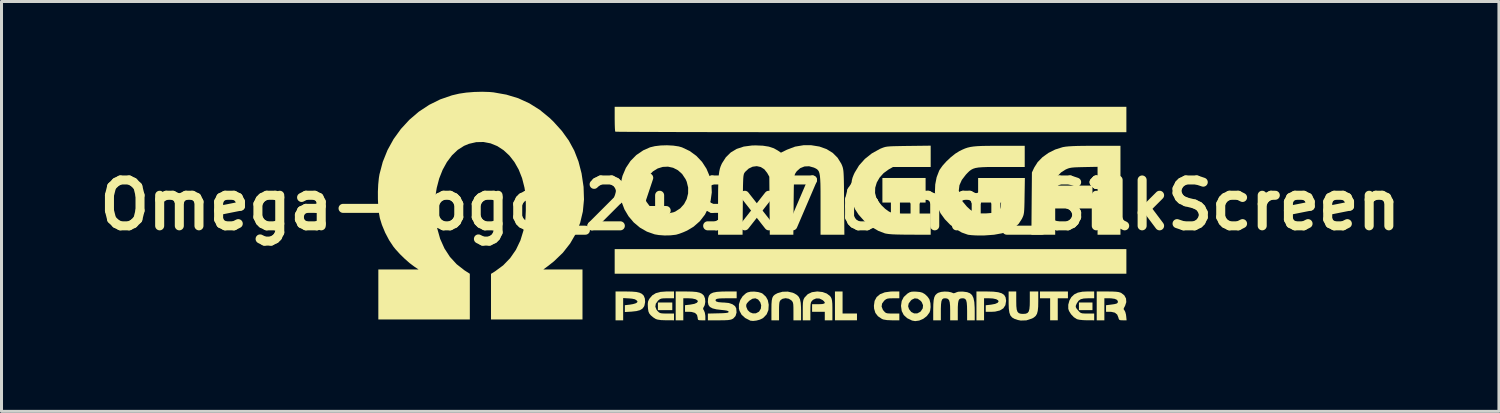
<source format=kicad_pcb>
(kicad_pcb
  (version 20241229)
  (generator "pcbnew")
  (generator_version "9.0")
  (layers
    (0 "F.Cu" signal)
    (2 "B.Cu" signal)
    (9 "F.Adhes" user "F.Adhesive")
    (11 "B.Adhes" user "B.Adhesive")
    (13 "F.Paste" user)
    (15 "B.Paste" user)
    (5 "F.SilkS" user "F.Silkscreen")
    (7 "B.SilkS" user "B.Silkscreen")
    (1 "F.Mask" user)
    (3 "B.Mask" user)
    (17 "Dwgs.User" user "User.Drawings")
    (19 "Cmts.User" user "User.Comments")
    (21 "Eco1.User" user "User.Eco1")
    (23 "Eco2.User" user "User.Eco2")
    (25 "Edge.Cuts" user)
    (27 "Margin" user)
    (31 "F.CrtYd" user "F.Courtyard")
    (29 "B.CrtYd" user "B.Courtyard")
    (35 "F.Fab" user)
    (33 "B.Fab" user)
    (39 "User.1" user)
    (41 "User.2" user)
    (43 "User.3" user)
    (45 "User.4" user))
  (footprint "Omega-Logo_24.9x7.6mm_SilkScreen"
    (layer "F.Cu")
    (at 21.888 3.767)
    (property "Reference" "Omega-Logo_24.9x7.6mm_SilkScreen" (at 0 0 0) (layer "F.SilkS") (effects (font (size 1.524 1.524) (thickness 0.3))))
    (attr board_only exclude_from_pos_files exclude_from_bom)
    (fp_poly (pts (xy -2.591 3.492) (xy -3.069 3.492) (xy -3.069 3.238) (xy -2.591 3.238)) (stroke (width 0) (type solid)) (fill yes) (layer "F.SilkS"))
    (fp_poly (pts (xy 5.829 -0.084) (xy 4.393 -0.084) (xy 4.393 -0.901) (xy 5.829 -0.901)) (stroke (width 0) (type solid)) (fill yes) (layer "F.SilkS"))
    (fp_poly (pts (xy 11.376 3.492) (xy 10.926 3.492) (xy 10.926 3.238) (xy 11.376 3.238)) (stroke (width 0) (type solid)) (fill yes) (layer "F.SilkS"))
    (fp_poly (pts (xy 12.503 2.281) (xy -4.506 2.281) (xy -4.506 1.464) (xy 12.503 1.464)) (stroke (width 0) (type solid)) (fill yes) (layer "F.SilkS"))
    (fp_poly (pts (xy 3.069 3.604) (xy 3.548 3.604) (xy 3.548 3.83) (xy 2.816 3.83) (xy 2.816 2.872) (xy 3.069 2.872)) (stroke (width 0) (type solid)) (fill yes) (layer "F.SilkS"))
    (fp_poly (pts (xy 10.56 3.098) (xy 10.222 3.098) (xy 10.222 3.83) (xy 9.969 3.83) (xy 9.969 3.098) (xy 9.631 3.098) (xy 9.631 2.872) (xy 10.56 2.872)) (stroke (width 0) (type solid)) (fill yes) (layer "F.SilkS"))
    (fp_poly (pts (xy 8.084 2.878) (xy 8.246 2.898) (xy 8.363 2.934) (xy 8.442 2.989) (xy 8.487 3.066) (xy 8.504 3.168) (xy 8.504 3.191) (xy 8.481 3.328) (xy 8.413 3.432) (xy 8.298 3.503) (xy 8.139 3.541) (xy 8.011 3.548) (xy 7.828 3.548) (xy 7.828 3.33) (xy 8.004 3.31) (xy 8.139 3.285) (xy 8.223 3.248) (xy 8.255 3.206) (xy 8.239 3.165) (xy 8.176 3.129) (xy 8.067 3.105) (xy 7.94 3.098) (xy 7.772 3.098) (xy 7.772 3.83) (xy 7.519 3.83) (xy 7.519 2.872) (xy 7.872 2.872)) (stroke (width 0) (type solid)) (fill yes) (layer "F.SilkS"))
    (fp_poly (pts (xy 12.503 -2.422) (xy 4.017 -2.422) (xy 3.33 -2.422) (xy 2.656 -2.422) (xy 2 -2.422) (xy 1.362 -2.423) (xy 0.746 -2.423) (xy 0.153 -2.424) (xy -0.415 -2.425) (xy -0.955 -2.425) (xy -1.465 -2.426) (xy -1.943 -2.427) (xy -2.387 -2.428) (xy -2.795 -2.429) (xy -3.164 -2.431) (xy -3.492 -2.432) (xy -3.778 -2.433) (xy -4.018 -2.434) (xy -4.211 -2.436) (xy -4.355 -2.437) (xy -4.447 -2.439) (xy -4.486 -2.44) (xy -4.487 -2.441) (xy -4.493 -2.474) (xy -4.499 -2.553) (xy -4.503 -2.668) (xy -4.505 -2.806) (xy -4.506 -2.863) (xy -4.506 -3.267) (xy 12.503 -3.267)) (stroke (width 0) (type solid)) (fill yes) (layer "F.SilkS"))
    (fp_poly (pts (xy -3.933 2.876) (xy -3.788 2.888) (xy -3.682 2.912) (xy -3.606 2.948) (xy -3.55 3) (xy -3.538 3.016) (xy -3.502 3.108) (xy -3.494 3.223) (xy -3.516 3.337) (xy -3.532 3.375) (xy -3.585 3.444) (xy -3.667 3.493) (xy -3.786 3.524) (xy -3.949 3.542) (xy -4.168 3.555) (xy -4.168 3.328) (xy -4.001 3.309) (xy -3.901 3.292) (xy -3.819 3.269) (xy -3.782 3.252) (xy -3.748 3.22) (xy -3.755 3.191) (xy -3.781 3.164) (xy -3.835 3.131) (xy -3.927 3.111) (xy -4.027 3.102) (xy -4.224 3.091) (xy -4.224 3.83) (xy -4.477 3.83) (xy -4.477 2.872) (xy -4.124 2.872)) (stroke (width 0) (type solid)) (fill yes) (layer "F.SilkS"))
    (fp_poly (pts (xy 4.956 3.098) (xy 4.748 3.098) (xy 4.637 3.1) (xy 4.565 3.109) (xy 4.513 3.13) (xy 4.464 3.168) (xy 4.452 3.179) (xy 4.382 3.274) (xy 4.367 3.374) (xy 4.408 3.479) (xy 4.438 3.518) (xy 4.477 3.561) (xy 4.516 3.587) (xy 4.57 3.6) (xy 4.655 3.604) (xy 4.733 3.604) (xy 4.956 3.604) (xy 4.956 3.83) (xy 4.71 3.83) (xy 4.545 3.823) (xy 4.429 3.804) (xy 4.379 3.785) (xy 4.244 3.694) (xy 4.159 3.583) (xy 4.117 3.443) (xy 4.111 3.345) (xy 4.134 3.184) (xy 4.203 3.056) (xy 4.317 2.961) (xy 4.473 2.9) (xy 4.672 2.873) (xy 4.726 2.872) (xy 4.956 2.872)) (stroke (width 0) (type solid)) (fill yes) (layer "F.SilkS"))
    (fp_poly (pts (xy 8.842 3.192) (xy 8.845 3.356) (xy 8.858 3.473) (xy 8.885 3.549) (xy 8.929 3.593) (xy 8.996 3.613) (xy 9.067 3.617) (xy 9.155 3.611) (xy 9.216 3.587) (xy 9.257 3.537) (xy 9.28 3.453) (xy 9.291 3.327) (xy 9.293 3.192) (xy 9.293 2.872) (xy 9.574 2.872) (xy 9.574 3.199) (xy 9.571 3.381) (xy 9.557 3.517) (xy 9.531 3.615) (xy 9.487 3.686) (xy 9.424 3.739) (xy 9.368 3.77) (xy 9.178 3.832) (xy 8.99 3.838) (xy 8.893 3.819) (xy 8.784 3.782) (xy 8.704 3.735) (xy 8.648 3.669) (xy 8.614 3.575) (xy 8.595 3.444) (xy 8.589 3.269) (xy 8.589 3.212) (xy 8.589 2.872) (xy 8.842 2.872)) (stroke (width 0) (type solid)) (fill yes) (layer "F.SilkS"))
    (fp_poly (pts (xy 11.433 3.098) (xy 11.228 3.098) (xy 11.086 3.105) (xy 10.985 3.13) (xy 10.914 3.18) (xy 10.859 3.261) (xy 10.855 3.267) (xy 10.824 3.337) (xy 10.82 3.388) (xy 10.848 3.441) (xy 10.901 3.505) (xy 10.947 3.555) (xy 10.988 3.584) (xy 11.039 3.599) (xy 11.118 3.604) (xy 11.21 3.604) (xy 11.433 3.604) (xy 11.433 3.83) (xy 11.186 3.829) (xy 11.058 3.824) (xy 10.944 3.812) (xy 10.865 3.794) (xy 10.855 3.79) (xy 10.756 3.726) (xy 10.664 3.629) (xy 10.596 3.52) (xy 10.572 3.447) (xy 10.571 3.312) (xy 10.61 3.171) (xy 10.675 3.058) (xy 10.769 2.969) (xy 10.888 2.91) (xy 11.042 2.879) (xy 11.192 2.872) (xy 11.433 2.872)) (stroke (width 0) (type solid)) (fill yes) (layer "F.SilkS"))
    (fp_poly (pts (xy 1.412 2.913) (xy 1.465 2.936) (xy 1.552 2.988) (xy 1.614 3.051) (xy 1.654 3.133) (xy 1.678 3.246) (xy 1.688 3.399) (xy 1.69 3.513) (xy 1.69 3.83) (xy 1.436 3.83) (xy 1.436 3.533) (xy 1.435 3.399) (xy 1.431 3.308) (xy 1.421 3.249) (xy 1.403 3.209) (xy 1.374 3.174) (xy 1.367 3.167) (xy 1.28 3.113) (xy 1.175 3.095) (xy 1.075 3.114) (xy 1.014 3.154) (xy 0.989 3.185) (xy 0.972 3.227) (xy 0.963 3.291) (xy 0.958 3.389) (xy 0.957 3.52) (xy 0.957 3.83) (xy 0.704 3.83) (xy 0.704 3.47) (xy 0.706 3.299) (xy 0.715 3.174) (xy 0.734 3.085) (xy 0.767 3.022) (xy 0.818 2.976) (xy 0.891 2.936) (xy 0.912 2.926) (xy 1.072 2.881) (xy 1.247 2.876)) (stroke (width 0) (type solid)) (fill yes) (layer "F.SilkS"))
    (fp_poly (pts (xy 12.306 0.986) (xy 11.545 0.986) (xy 11.545 -1.272) (xy 11.088 -1.263) (xy 10.916 -1.259) (xy 10.788 -1.254) (xy 10.695 -1.246) (xy 10.624 -1.234) (xy 10.565 -1.217) (xy 10.506 -1.192) (xy 10.466 -1.172) (xy 10.33 -1.084) (xy 10.224 -0.972) (xy 10.157 -0.848) (xy 10.137 -0.741) (xy 10.137 -0.648) (xy 11.376 -0.648) (xy 11.376 0.113) (xy 10.137 0.113) (xy 10.137 0.986) (xy 9.346 0.986) (xy 9.354 -0.049) (xy 9.363 -1.084) (xy 9.439 -1.246) (xy 9.553 -1.427) (xy 9.713 -1.591) (xy 9.91 -1.733) (xy 10.135 -1.846) (xy 10.378 -1.923) (xy 10.405 -1.929) (xy 10.484 -1.942) (xy 10.587 -1.952) (xy 10.719 -1.96) (xy 10.886 -1.966) (xy 11.095 -1.969) (xy 11.352 -1.971) (xy 11.454 -1.971) (xy 12.306 -1.971)) (stroke (width 0) (type solid)) (fill yes) (layer "F.SilkS"))
    (fp_poly (pts (xy -2.534 3.098) (xy -2.757 3.098) (xy -2.871 3.099) (xy -2.946 3.107) (xy -2.998 3.125) (xy -3.044 3.159) (xy -3.066 3.179) (xy -3.138 3.276) (xy -3.154 3.378) (xy -3.115 3.48) (xy -3.078 3.525) (xy -3.037 3.564) (xy -2.995 3.588) (xy -2.937 3.6) (xy -2.847 3.604) (xy -2.768 3.604) (xy -2.534 3.604) (xy -2.534 3.83) (xy -2.795 3.829) (xy -2.968 3.823) (xy -3.09 3.804) (xy -3.143 3.785) (xy -3.223 3.734) (xy -3.302 3.667) (xy -3.311 3.658) (xy -3.357 3.601) (xy -3.384 3.537) (xy -3.398 3.447) (xy -3.402 3.392) (xy -3.406 3.285) (xy -3.397 3.21) (xy -3.371 3.147) (xy -3.342 3.1) (xy -3.252 2.997) (xy -3.135 2.926) (xy -2.985 2.886) (xy -2.792 2.872) (xy -2.779 2.872) (xy -2.534 2.872)) (stroke (width 0) (type solid)) (fill yes) (layer "F.SilkS"))
    (fp_poly (pts (xy -1.934 2.876) (xy -1.789 2.888) (xy -1.683 2.912) (xy -1.606 2.948) (xy -1.551 3) (xy -1.538 3.016) (xy -1.503 3.106) (xy -1.494 3.217) (xy -1.512 3.323) (xy -1.537 3.374) (xy -1.566 3.426) (xy -1.56 3.469) (xy -1.537 3.506) (xy -1.509 3.577) (xy -1.494 3.671) (xy -1.492 3.702) (xy -1.492 3.83) (xy -1.619 3.83) (xy -1.697 3.827) (xy -1.734 3.813) (xy -1.745 3.778) (xy -1.746 3.751) (xy -1.769 3.651) (xy -1.837 3.584) (xy -1.949 3.552) (xy -2.015 3.548) (xy -2.168 3.548) (xy -2.168 3.328) (xy -1.992 3.308) (xy -1.857 3.283) (xy -1.774 3.247) (xy -1.741 3.205) (xy -1.758 3.164) (xy -1.821 3.129) (xy -1.93 3.105) (xy -2.057 3.098) (xy -2.225 3.098) (xy -2.225 3.83) (xy -2.478 3.83) (xy -2.478 2.872) (xy -2.125 2.872)) (stroke (width 0) (type solid)) (fill yes) (layer "F.SilkS"))
    (fp_poly (pts (xy 2.403 2.89) (xy 2.544 2.941) (xy 2.649 3.021) (xy 2.683 3.066) (xy 2.705 3.115) (xy 2.719 3.181) (xy 2.728 3.275) (xy 2.731 3.409) (xy 2.731 3.489) (xy 2.731 3.83) (xy 2.478 3.83) (xy 2.478 3.548) (xy 2.056 3.548) (xy 2.056 3.295) (xy 2.267 3.295) (xy 2.391 3.29) (xy 2.461 3.273) (xy 2.481 3.243) (xy 2.451 3.197) (xy 2.404 3.156) (xy 2.301 3.106) (xy 2.191 3.103) (xy 2.092 3.146) (xy 2.068 3.167) (xy 2.037 3.202) (xy 2.017 3.24) (xy 2.006 3.294) (xy 2.001 3.377) (xy 1.999 3.501) (xy 1.999 3.533) (xy 1.999 3.83) (xy 1.746 3.83) (xy 1.746 3.496) (xy 1.747 3.35) (xy 1.751 3.248) (xy 1.761 3.177) (xy 1.777 3.125) (xy 1.802 3.08) (xy 1.809 3.069) (xy 1.913 2.961) (xy 2.049 2.896) (xy 2.221 2.872) (xy 2.236 2.872)) (stroke (width 0) (type solid)) (fill yes) (layer "F.SilkS"))
    (fp_poly (pts (xy 11.876 2.872) (xy 12.039 2.874) (xy 12.158 2.88) (xy 12.243 2.891) (xy 12.305 2.909) (xy 12.334 2.922) (xy 12.434 3) (xy 12.491 3.105) (xy 12.5 3.226) (xy 12.459 3.351) (xy 12.449 3.369) (xy 12.416 3.43) (xy 12.414 3.467) (xy 12.439 3.5) (xy 12.467 3.553) (xy 12.489 3.637) (xy 12.496 3.687) (xy 12.51 3.83) (xy 12.383 3.83) (xy 12.304 3.827) (xy 12.264 3.81) (xy 12.245 3.771) (xy 12.24 3.746) (xy 12.198 3.64) (xy 12.12 3.576) (xy 12.003 3.549) (xy 11.968 3.548) (xy 11.827 3.548) (xy 11.827 3.329) (xy 11.986 3.309) (xy 12.102 3.293) (xy 12.172 3.276) (xy 12.208 3.254) (xy 12.221 3.222) (xy 12.221 3.206) (xy 12.195 3.153) (xy 12.117 3.117) (xy 11.99 3.099) (xy 11.924 3.098) (xy 11.771 3.098) (xy 11.771 3.83) (xy 11.517 3.83) (xy 11.517 2.872)) (stroke (width 0) (type solid)) (fill yes) (layer "F.SilkS"))
    (fp_poly (pts (xy 0.266 2.891) (xy 0.372 2.923) (xy 0.414 2.946) (xy 0.521 3.046) (xy 0.584 3.16) (xy 0.613 3.305) (xy 0.614 3.32) (xy 0.604 3.49) (xy 0.546 3.631) (xy 0.439 3.744) (xy 0.405 3.768) (xy 0.315 3.81) (xy 0.204 3.839) (xy 0.095 3.851) (xy 0.009 3.843) (xy 0 3.84) (xy -0.167 3.754) (xy -0.285 3.648) (xy -0.356 3.517) (xy -0.377 3.439) (xy -0.376 3.316) (xy -0.134 3.316) (xy -0.132 3.375) (xy -0.13 3.387) (xy -0.086 3.49) (xy -0.009 3.563) (xy 0.087 3.6) (xy 0.189 3.597) (xy 0.283 3.548) (xy 0.297 3.535) (xy 0.353 3.442) (xy 0.364 3.331) (xy 0.333 3.229) (xy 0.261 3.138) (xy 0.172 3.099) (xy 0.073 3.113) (xy -0.031 3.18) (xy -0.048 3.197) (xy -0.109 3.263) (xy -0.134 3.316) (xy -0.376 3.316) (xy -0.376 3.298) (xy -0.331 3.155) (xy -0.25 3.027) (xy -0.142 2.931) (xy -0.085 2.901) (xy 0.015 2.878) (xy 0.139 2.876)) (stroke (width 0) (type solid)) (fill yes) (layer "F.SilkS"))
    (fp_poly (pts (xy 5.522 2.878) (xy 5.639 2.889) (xy 5.722 2.912) (xy 5.795 2.954) (xy 5.814 2.968) (xy 5.889 3.039) (xy 5.947 3.119) (xy 5.959 3.143) (xy 5.989 3.259) (xy 5.996 3.39) (xy 5.98 3.511) (xy 5.958 3.571) (xy 5.871 3.689) (xy 5.753 3.78) (xy 5.618 3.838) (xy 5.482 3.857) (xy 5.378 3.838) (xy 5.216 3.759) (xy 5.103 3.655) (xy 5.036 3.523) (xy 5.013 3.363) (xy 5.248 3.363) (xy 5.278 3.459) (xy 5.352 3.553) (xy 5.447 3.601) (xy 5.55 3.601) (xy 5.649 3.55) (xy 5.67 3.53) (xy 5.734 3.433) (xy 5.744 3.328) (xy 5.7 3.225) (xy 5.662 3.18) (xy 5.565 3.112) (xy 5.467 3.1) (xy 5.371 3.144) (xy 5.34 3.172) (xy 5.267 3.269) (xy 5.248 3.363) (xy 5.013 3.363) (xy 5.013 3.358) (xy 5.012 3.346) (xy 5.035 3.188) (xy 5.103 3.056) (xy 5.223 2.944) (xy 5.238 2.934) (xy 5.302 2.897) (xy 5.367 2.879) (xy 5.455 2.875)) (stroke (width 0) (type solid)) (fill yes) (layer "F.SilkS"))
    (fp_poly (pts (xy -0.451 3.098) (xy -0.758 3.098) (xy -0.918 3.099) (xy -1.031 3.105) (xy -1.102 3.116) (xy -1.141 3.134) (xy -1.154 3.16) (xy -1.155 3.168) (xy -1.13 3.204) (xy -1.054 3.227) (xy -0.925 3.238) (xy -0.873 3.239) (xy -0.718 3.254) (xy -0.592 3.296) (xy -0.504 3.36) (xy -0.465 3.435) (xy -0.455 3.574) (xy -0.489 3.688) (xy -0.564 3.77) (xy -0.572 3.775) (xy -0.617 3.798) (xy -0.671 3.813) (xy -0.745 3.823) (xy -0.85 3.828) (xy -0.998 3.83) (xy -1.035 3.83) (xy -1.408 3.83) (xy -1.408 3.606) (xy -1.063 3.598) (xy -0.915 3.594) (xy -0.815 3.587) (xy -0.754 3.578) (xy -0.725 3.565) (xy -0.718 3.548) (xy -0.732 3.525) (xy -0.779 3.508) (xy -0.868 3.494) (xy -0.943 3.487) (xy -1.123 3.466) (xy -1.252 3.434) (xy -1.339 3.387) (xy -1.388 3.322) (xy -1.407 3.235) (xy -1.408 3.21) (xy -1.4 3.097) (xy -1.373 3.012) (xy -1.32 2.95) (xy -1.234 2.909) (xy -1.11 2.885) (xy -0.94 2.874) (xy -0.803 2.872) (xy -0.451 2.872)) (stroke (width 0) (type solid)) (fill yes) (layer "F.SilkS"))
    (fp_poly (pts (xy 6.586 2.88) (xy 6.686 2.902) (xy 6.702 2.91) (xy 6.764 2.932) (xy 6.819 2.916) (xy 6.836 2.906) (xy 6.908 2.881) (xy 7.02 2.875) (xy 7.081 2.877) (xy 7.208 2.894) (xy 7.304 2.931) (xy 7.374 2.994) (xy 7.42 3.089) (xy 7.448 3.224) (xy 7.46 3.404) (xy 7.462 3.527) (xy 7.462 3.83) (xy 7.209 3.83) (xy 7.209 3.536) (xy 7.206 3.368) (xy 7.197 3.248) (xy 7.179 3.169) (xy 7.148 3.122) (xy 7.102 3.101) (xy 7.056 3.098) (xy 6.995 3.104) (xy 6.952 3.127) (xy 6.924 3.177) (xy 6.908 3.26) (xy 6.9 3.385) (xy 6.899 3.518) (xy 6.899 3.83) (xy 6.646 3.83) (xy 6.646 3.51) (xy 6.643 3.348) (xy 6.631 3.233) (xy 6.608 3.159) (xy 6.569 3.117) (xy 6.512 3.1) (xy 6.468 3.098) (xy 6.416 3.106) (xy 6.379 3.137) (xy 6.355 3.198) (xy 6.342 3.297) (xy 6.336 3.441) (xy 6.336 3.518) (xy 6.336 3.83) (xy 6.082 3.83) (xy 6.082 3.476) (xy 6.086 3.294) (xy 6.097 3.159) (xy 6.119 3.061) (xy 6.154 2.992) (xy 6.206 2.942) (xy 6.251 2.915) (xy 6.344 2.886) (xy 6.464 2.874)) (stroke (width 0) (type solid)) (fill yes) (layer "F.SilkS"))
    (fp_poly (pts (xy 5.998 -1.267) (xy 4.745 -1.267) (xy 4.602 -1.185) (xy 4.434 -1.063) (xy 4.301 -0.915) (xy 4.206 -0.75) (xy 4.154 -0.576) (xy 4.149 -0.402) (xy 4.193 -0.237) (xy 4.195 -0.233) (xy 4.267 -0.113) (xy 4.369 0.013) (xy 4.487 0.126) (xy 4.602 0.209) (xy 4.63 0.224) (xy 4.673 0.243) (xy 4.72 0.257) (xy 4.778 0.268) (xy 4.856 0.274) (xy 4.962 0.279) (xy 5.105 0.281) (xy 5.294 0.282) (xy 5.373 0.282) (xy 5.998 0.282) (xy 5.998 0.986) (xy 5.315 0.984) (xy 5.069 0.982) (xy 4.873 0.978) (xy 4.72 0.972) (xy 4.604 0.962) (xy 4.517 0.949) (xy 4.478 0.941) (xy 4.262 0.859) (xy 4.043 0.733) (xy 3.838 0.572) (xy 3.772 0.509) (xy 3.603 0.32) (xy 3.482 0.134) (xy 3.403 -0.062) (xy 3.363 -0.279) (xy 3.355 -0.531) (xy 3.357 -0.581) (xy 3.365 -0.721) (xy 3.378 -0.825) (xy 3.401 -0.913) (xy 3.437 -1.004) (xy 3.469 -1.074) (xy 3.616 -1.317) (xy 3.81 -1.534) (xy 4.043 -1.719) (xy 4.31 -1.867) (xy 4.342 -1.881) (xy 4.397 -1.903) (xy 4.447 -1.921) (xy 4.5 -1.935) (xy 4.565 -1.945) (xy 4.648 -1.952) (xy 4.757 -1.957) (xy 4.902 -1.96) (xy 5.088 -1.964) (xy 5.259 -1.966) (xy 5.998 -1.975)) (stroke (width 0) (type solid)) (fill yes) (layer "F.SilkS"))
    (fp_poly (pts (xy -2.56 -1.977) (xy -2.378 -1.95) (xy -2.269 -1.919) (xy -2.012 -1.797) (xy -1.789 -1.634) (xy -1.602 -1.436) (xy -1.455 -1.209) (xy -1.35 -0.961) (xy -1.29 -0.696) (xy -1.278 -0.421) (xy -1.317 -0.142) (xy -1.378 0.061) (xy -1.503 0.313) (xy -1.673 0.534) (xy -1.884 0.719) (xy -2.098 0.847) (xy -2.222 0.902) (xy -2.349 0.95) (xy -2.455 0.982) (xy -2.475 0.986) (xy -2.652 1.006) (xy -2.848 1.01) (xy -3.039 0.996) (xy -3.176 0.973) (xy -3.433 0.883) (xy -3.667 0.749) (xy -3.873 0.576) (xy -4.046 0.371) (xy -4.182 0.141) (xy -4.276 -0.107) (xy -4.324 -0.367) (xy -4.323 -0.492) (xy -3.557 -0.492) (xy -3.528 -0.294) (xy -3.45 -0.109) (xy -3.33 0.052) (xy -3.175 0.178) (xy -3.12 0.209) (xy -2.934 0.271) (xy -2.74 0.281) (xy -2.548 0.238) (xy -2.491 0.215) (xy -2.327 0.109) (xy -2.2 -0.032) (xy -2.111 -0.201) (xy -2.065 -0.387) (xy -2.064 -0.582) (xy -2.111 -0.776) (xy -2.148 -0.859) (xy -2.263 -1.032) (xy -2.403 -1.158) (xy -2.563 -1.24) (xy -2.733 -1.277) (xy -2.907 -1.269) (xy -3.077 -1.217) (xy -3.235 -1.119) (xy -3.375 -0.977) (xy -3.464 -0.839) (xy -3.518 -0.728) (xy -3.547 -0.635) (xy -3.557 -0.536) (xy -3.557 -0.492) (xy -4.323 -0.492) (xy -4.321 -0.633) (xy -4.316 -0.673) (xy -4.247 -0.969) (xy -4.134 -1.235) (xy -3.979 -1.468) (xy -3.786 -1.664) (xy -3.556 -1.82) (xy -3.33 -1.92) (xy -3.168 -1.959) (xy -2.974 -1.982) (xy -2.765 -1.988)) (stroke (width 0) (type solid)) (fill yes) (layer "F.SilkS"))
    (fp_poly (pts (xy 9.124 -1.267) (xy 8.33 -1.267) (xy 8.077 -1.267) (xy 7.874 -1.265) (xy 7.712 -1.259) (xy 7.585 -1.249) (xy 7.485 -1.232) (xy 7.407 -1.207) (xy 7.341 -1.172) (xy 7.281 -1.127) (xy 7.221 -1.068) (xy 7.168 -1.012) (xy 7.033 -0.836) (xy 6.954 -0.659) (xy 6.932 -0.48) (xy 6.965 -0.302) (xy 7.055 -0.124) (xy 7.201 0.05) (xy 7.311 0.152) (xy 7.411 0.22) (xy 7.516 0.26) (xy 7.642 0.277) (xy 7.804 0.277) (xy 7.843 0.276) (xy 8.024 0.262) (xy 8.155 0.239) (xy 8.245 0.201) (xy 8.299 0.146) (xy 8.326 0.07) (xy 8.33 0.034) (xy 8.338 -0.084) (xy 7.575 -0.084) (xy 7.575 -0.901) (xy 9.129 -0.901) (xy 9.119 -0.303) (xy 9.116 -0.104) (xy 9.112 0.047) (xy 9.107 0.16) (xy 9.1 0.244) (xy 9.089 0.307) (xy 9.074 0.359) (xy 9.053 0.409) (xy 9.03 0.457) (xy 8.924 0.621) (xy 8.781 0.756) (xy 8.598 0.861) (xy 8.373 0.937) (xy 8.104 0.986) (xy 7.788 1.009) (xy 7.603 1.011) (xy 7.471 1.007) (xy 7.348 0.999) (xy 7.253 0.988) (xy 7.227 0.982) (xy 7.032 0.913) (xy 6.833 0.798) (xy 6.642 0.649) (xy 6.471 0.473) (xy 6.331 0.281) (xy 6.325 0.272) (xy 6.227 0.061) (xy 6.165 -0.178) (xy 6.139 -0.431) (xy 6.149 -0.685) (xy 6.196 -0.926) (xy 6.279 -1.141) (xy 6.299 -1.178) (xy 6.391 -1.308) (xy 6.517 -1.449) (xy 6.662 -1.586) (xy 6.811 -1.706) (xy 6.949 -1.792) (xy 6.956 -1.796) (xy 7.052 -1.843) (xy 7.139 -1.881) (xy 7.226 -1.91) (xy 7.319 -1.932) (xy 7.427 -1.948) (xy 7.556 -1.959) (xy 7.716 -1.966) (xy 7.912 -1.969) (xy 8.154 -1.971) (xy 8.286 -1.971) (xy 9.124 -1.971)) (stroke (width 0) (type solid)) (fill yes) (layer "F.SilkS"))
    (fp_poly (pts (xy 2.026 -1.99) (xy 2.298 -1.946) (xy 2.537 -1.861) (xy 2.74 -1.736) (xy 2.904 -1.573) (xy 3.027 -1.374) (xy 3.049 -1.324) (xy 3.065 -1.282) (xy 3.078 -1.24) (xy 3.088 -1.192) (xy 3.097 -1.132) (xy 3.103 -1.053) (xy 3.108 -0.95) (xy 3.112 -0.817) (xy 3.115 -0.647) (xy 3.117 -0.434) (xy 3.119 -0.173) (xy 3.12 -0.092) (xy 3.129 0.986) (xy 2.337 0.986) (xy 2.337 -0.003) (xy 2.337 -0.287) (xy 2.336 -0.52) (xy 2.333 -0.708) (xy 2.326 -0.856) (xy 2.316 -0.97) (xy 2.301 -1.055) (xy 2.28 -1.118) (xy 2.251 -1.162) (xy 2.215 -1.195) (xy 2.17 -1.221) (xy 2.117 -1.246) (xy 1.956 -1.291) (xy 1.802 -1.284) (xy 1.663 -1.228) (xy 1.548 -1.127) (xy 1.507 -1.067) (xy 1.491 -1.039) (xy 1.479 -1.006) (xy 1.47 -0.962) (xy 1.462 -0.903) (xy 1.456 -0.82) (xy 1.452 -0.709) (xy 1.448 -0.563) (xy 1.446 -0.376) (xy 1.443 -0.142) (xy 1.442 0.007) (xy 1.433 0.986) (xy 0.65 0.986) (xy 0.642 0.021) (xy 0.634 -0.943) (xy 0.563 -1.07) (xy 0.468 -1.19) (xy 0.35 -1.265) (xy 0.217 -1.294) (xy 0.08 -1.276) (xy -0.052 -1.213) (xy -0.169 -1.104) (xy -0.181 -1.087) (xy -0.197 -1.065) (xy -0.209 -1.038) (xy -0.219 -1.001) (xy -0.227 -0.949) (xy -0.233 -0.875) (xy -0.237 -0.773) (xy -0.241 -0.638) (xy -0.243 -0.463) (xy -0.245 -0.243) (xy -0.247 -0.012) (xy -0.255 0.986) (xy -1.07 0.986) (xy -1.07 0.033) (xy -1.069 -0.263) (xy -1.067 -0.509) (xy -1.062 -0.711) (xy -1.055 -0.875) (xy -1.044 -1.009) (xy -1.029 -1.118) (xy -1.01 -1.208) (xy -0.985 -1.285) (xy -0.954 -1.357) (xy -0.94 -1.387) (xy -0.81 -1.59) (xy -0.647 -1.75) (xy -0.449 -1.868) (xy -0.215 -1.945) (xy 0.057 -1.981) (xy 0.183 -1.984) (xy 0.422 -1.974) (xy 0.618 -1.943) (xy 0.782 -1.889) (xy 0.914 -1.815) (xy 1.021 -1.743) (xy 1.221 -1.841) (xy 1.491 -1.943) (xy 1.777 -1.991)) (stroke (width 0) (type solid)) (fill yes) (layer "F.SilkS"))
    (fp_poly (pts (xy -8.661 -3.759) (xy -8.532 -3.747) (xy -8.105 -3.671) (xy -7.71 -3.551) (xy -7.343 -3.383) (xy -6.998 -3.167) (xy -6.67 -2.898) (xy -6.544 -2.777) (xy -6.262 -2.465) (xy -6.032 -2.146) (xy -5.849 -1.809) (xy -5.709 -1.449) (xy -5.607 -1.055) (xy -5.606 -1.048) (xy -5.54 -0.606) (xy -5.526 -0.185) (xy -5.564 0.214) (xy -5.654 0.592) (xy -5.795 0.946) (xy -5.987 1.277) (xy -6.229 1.585) (xy -6.523 1.868) (xy -6.712 2.018) (xy -6.877 2.14) (xy -5.576 2.14) (xy -5.576 3.802) (xy -8.617 3.802) (xy -8.617 2.286) (xy -8.483 2.203) (xy -8.212 2.003) (xy -7.98 1.763) (xy -7.788 1.486) (xy -7.639 1.174) (xy -7.533 0.828) (xy -7.491 0.609) (xy -7.47 0.411) (xy -7.46 0.183) (xy -7.46 -0.058) (xy -7.47 -0.291) (xy -7.491 -0.497) (xy -7.504 -0.58) (xy -7.584 -0.896) (xy -7.697 -1.181) (xy -7.84 -1.433) (xy -8.009 -1.649) (xy -8.2 -1.825) (xy -8.409 -1.961) (xy -8.632 -2.052) (xy -8.867 -2.097) (xy -9.108 -2.092) (xy -9.352 -2.036) (xy -9.513 -1.969) (xy -9.722 -1.836) (xy -9.913 -1.655) (xy -10.082 -1.431) (xy -10.225 -1.172) (xy -10.339 -0.884) (xy -10.421 -0.571) (xy -10.449 -0.401) (xy -10.467 -0.187) (xy -10.471 0.059) (xy -10.461 0.316) (xy -10.439 0.562) (xy -10.405 0.774) (xy -10.405 0.774) (xy -10.307 1.123) (xy -10.165 1.44) (xy -9.982 1.722) (xy -9.758 1.966) (xy -9.497 2.17) (xy -9.48 2.181) (xy -9.321 2.283) (xy -9.321 3.802) (xy -12.362 3.802) (xy -12.362 2.14) (xy -11.025 2.14) (xy -11.174 2.04) (xy -11.321 1.929) (xy -11.484 1.786) (xy -11.646 1.628) (xy -11.79 1.469) (xy -11.862 1.38) (xy -12.004 1.166) (xy -12.134 0.919) (xy -12.242 0.66) (xy -12.311 0.436) (xy -12.343 0.26) (xy -12.365 0.044) (xy -12.376 -0.196) (xy -12.377 -0.444) (xy -12.366 -0.685) (xy -12.344 -0.903) (xy -12.324 -1.024) (xy -12.215 -1.436) (xy -12.057 -1.828) (xy -11.855 -2.194) (xy -11.611 -2.531) (xy -11.331 -2.835) (xy -11.018 -3.103) (xy -10.675 -3.33) (xy -10.306 -3.513) (xy -9.915 -3.648) (xy -9.676 -3.704) (xy -9.44 -3.739) (xy -9.178 -3.76) (xy -8.911 -3.767)) (stroke (width 0) (type solid)) (fill yes) (layer "F.SilkS")))
  (gr_rect
    (start -3 -3)
    (end 46.775 10.624)
    (stroke (width 0.1) (type default))
    (fill no)
    (layer "Edge.Cuts")))
</source>
